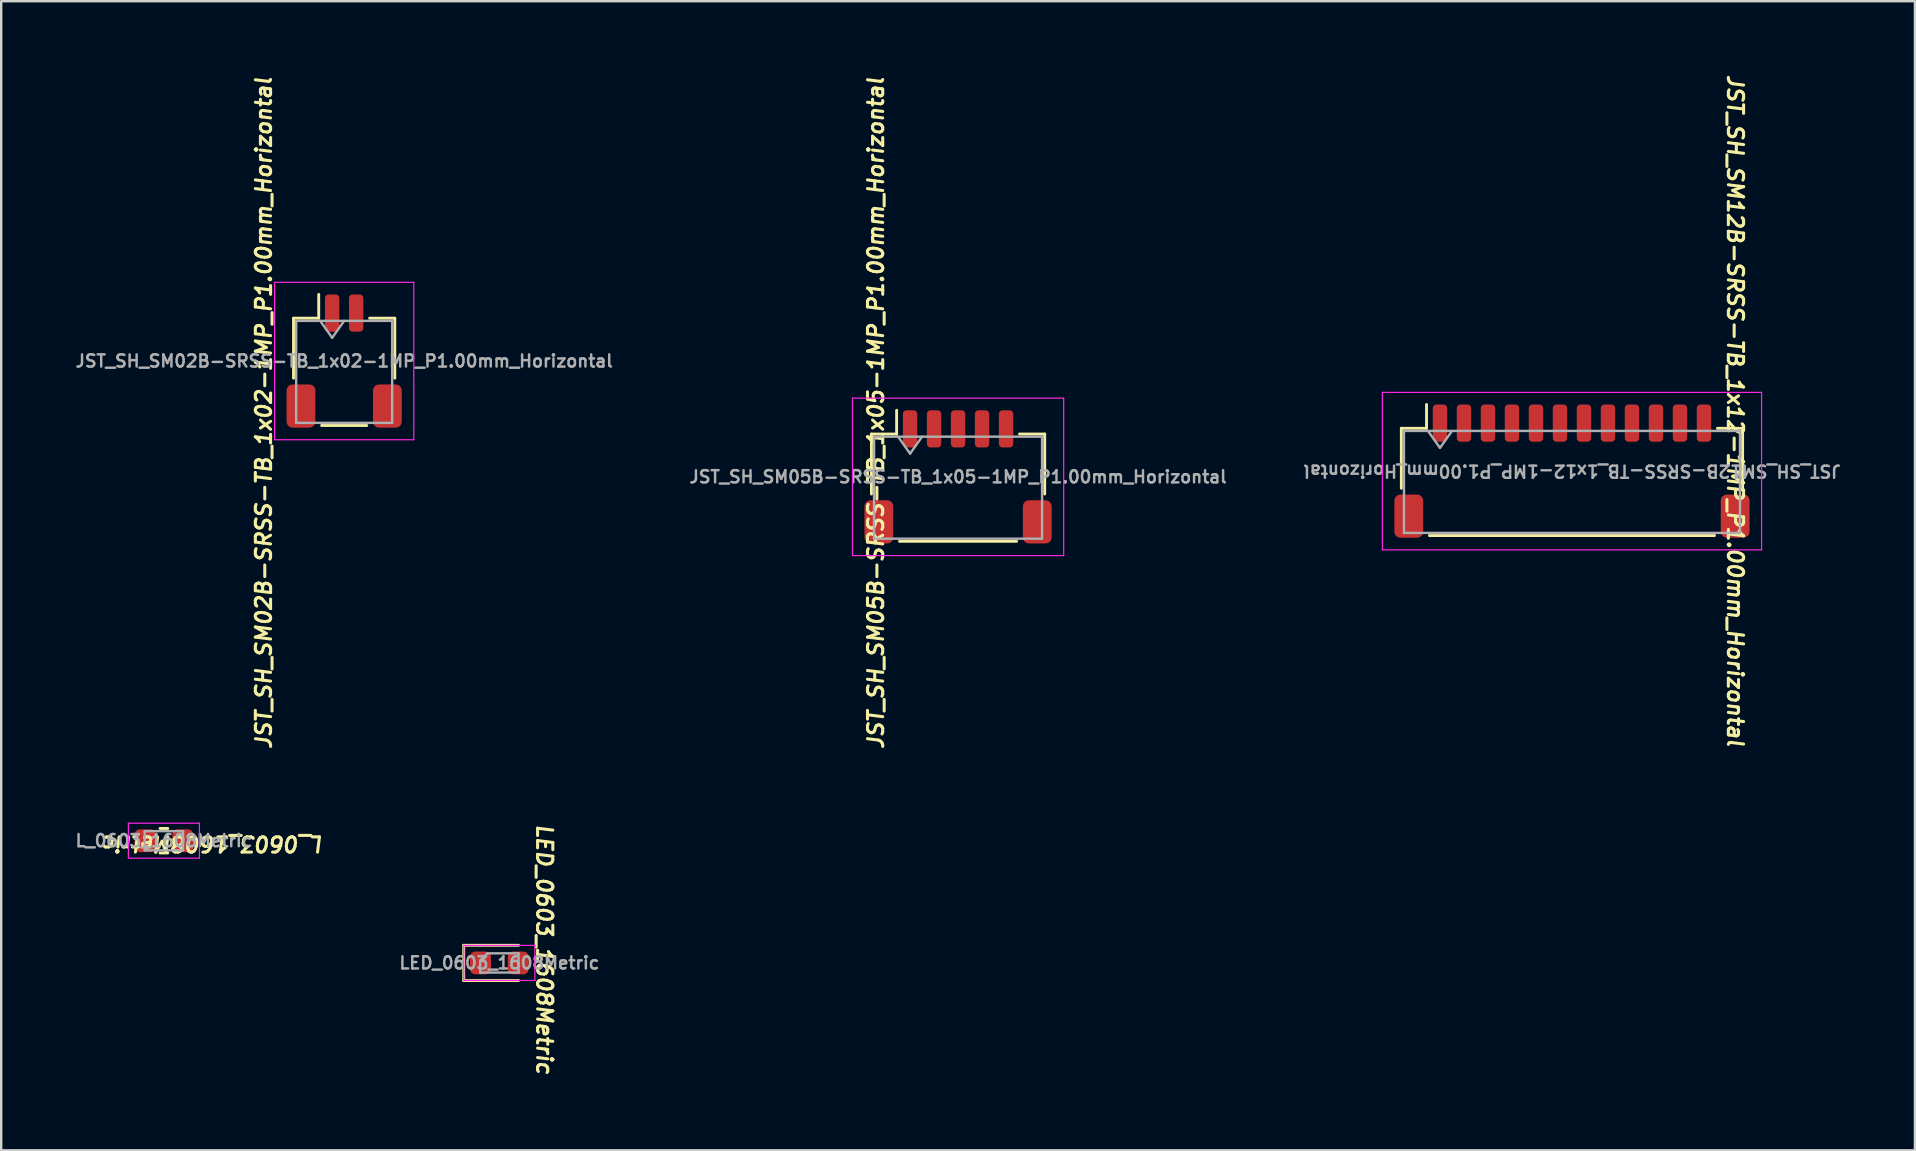
<source format=kicad_pcb>
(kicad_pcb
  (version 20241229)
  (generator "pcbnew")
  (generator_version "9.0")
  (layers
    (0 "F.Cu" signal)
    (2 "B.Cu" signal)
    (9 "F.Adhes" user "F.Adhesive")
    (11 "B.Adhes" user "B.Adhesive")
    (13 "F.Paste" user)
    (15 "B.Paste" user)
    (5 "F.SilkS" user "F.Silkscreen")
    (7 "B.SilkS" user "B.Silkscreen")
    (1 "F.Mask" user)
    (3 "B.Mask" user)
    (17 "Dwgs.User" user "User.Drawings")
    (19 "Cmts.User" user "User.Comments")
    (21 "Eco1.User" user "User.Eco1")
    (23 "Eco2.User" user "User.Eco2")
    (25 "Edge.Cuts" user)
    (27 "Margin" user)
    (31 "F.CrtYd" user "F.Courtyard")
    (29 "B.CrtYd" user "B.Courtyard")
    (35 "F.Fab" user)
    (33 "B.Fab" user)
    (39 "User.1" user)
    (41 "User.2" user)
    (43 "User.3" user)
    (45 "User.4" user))
  (footprint "JST_SH_SM02B-SRSS-TB_1x02-1MP_P1.00mm_Horizontal"
    (layer "F.Cu")
    (at 11.29 11.993)
    (property "Reference" "JST_SH_SM02B-SRSS-TB_1x02-1MP_P1.00mm_Horizontal" (at -3.353 2.159 90) (unlocked yes) (layer "F.SilkS") (effects (font (size 0.635 0.635) (thickness 0.127) (italic yes))))
    (attr smd)
    (fp_line (start -2.11 -1.785) (end -1.06 -1.785) (stroke (width 0.12) (type solid)) (layer "F.SilkS"))
    (fp_line (start -2.11 0.715) (end -2.11 -1.785) (stroke (width 0.12) (type solid)) (layer "F.SilkS"))
    (fp_line (start -1.06 -1.785) (end -1.06 -2.775) (stroke (width 0.12) (type solid)) (layer "F.SilkS"))
    (fp_line (start -0.94 2.685) (end 0.94 2.685) (stroke (width 0.12) (type solid)) (layer "F.SilkS"))
    (fp_line (start 2.11 -1.785) (end 1.06 -1.785) (stroke (width 0.12) (type solid)) (layer "F.SilkS"))
    (fp_line (start 2.11 0.715) (end 2.11 -1.785) (stroke (width 0.12) (type solid)) (layer "F.SilkS"))
    (fp_line (start -2.9 -3.28) (end -2.9 3.28) (stroke (width 0.05) (type solid)) (layer "F.CrtYd"))
    (fp_line (start -2.9 3.28) (end 2.9 3.28) (stroke (width 0.05) (type solid)) (layer "F.CrtYd"))
    (fp_line (start 2.9 -3.28) (end -2.9 -3.28) (stroke (width 0.05) (type solid)) (layer "F.CrtYd"))
    (fp_line (start 2.9 3.28) (end 2.9 -3.28) (stroke (width 0.05) (type solid)) (layer "F.CrtYd"))
    (fp_line (start -2 -1.675) (end -2 2.575) (stroke (width 0.1) (type solid)) (layer "F.Fab"))
    (fp_line (start -2 -1.675) (end 2 -1.675) (stroke (width 0.1) (type solid)) (layer "F.Fab"))
    (fp_line (start -2 2.575) (end 2 2.575) (stroke (width 0.1) (type solid)) (layer "F.Fab"))
    (fp_line (start -1 -1.675) (end -0.5 -0.968) (stroke (width 0.1) (type solid)) (layer "F.Fab"))
    (fp_line (start -0.5 -0.968) (end 0 -1.675) (stroke (width 0.1) (type solid)) (layer "F.Fab"))
    (fp_line (start 2 -1.675) (end 2 2.575) (stroke (width 0.1) (type solid)) (layer "F.Fab"))
    (fp_text user "${REFERENCE}" (at 0 0 0) (unlocked yes) (layer "F.Fab") (effects (font (size 0.508 0.508) (thickness 0.102))))
    (pad "1" smd roundrect (at -0.5 -2) (size 0.6 1.55) (layers "F.Cu" "F.Mask" "F.Paste") (roundrect_rratio 0.25))
    (pad "2" smd roundrect (at 0.5 -2) (size 0.6 1.55) (layers "F.Cu" "F.Mask" "F.Paste") (roundrect_rratio 0.25))
    (pad "MP" smd roundrect (at -1.8 1.875) (size 1.2 1.8) (layers "F.Cu" "F.Mask" "F.Paste") (roundrect_rratio 0.208))
    (pad "MP" smd roundrect (at 1.8 1.875) (size 1.2 1.8) (layers "F.Cu" "F.Mask" "F.Paste") (roundrect_rratio 0.208)))
  (footprint "L_0603_1608Metric"
    (layer "F.Cu")
    (at 3.779 31.979)
    (property "Reference" "L_0603_1608Metric" (at 2.032 0.127 180) (unlocked yes) (layer "F.SilkS") (effects (font (size 0.635 0.635) (thickness 0.127) (italic yes))))
    (attr smd)
    (fp_line (start -0.163 -0.51) (end 0.163 -0.51) (stroke (width 0.12) (type solid)) (layer "F.SilkS"))
    (fp_line (start -0.163 0.51) (end 0.163 0.51) (stroke (width 0.12) (type solid)) (layer "F.SilkS"))
    (fp_line (start -1.48 -0.73) (end 1.48 -0.73) (stroke (width 0.05) (type solid)) (layer "F.CrtYd"))
    (fp_line (start -1.48 0.73) (end -1.48 -0.73) (stroke (width 0.05) (type solid)) (layer "F.CrtYd"))
    (fp_line (start 1.48 -0.73) (end 1.48 0.73) (stroke (width 0.05) (type solid)) (layer "F.CrtYd"))
    (fp_line (start 1.48 0.73) (end -1.48 0.73) (stroke (width 0.05) (type solid)) (layer "F.CrtYd"))
    (fp_line (start -0.8 -0.4) (end 0.8 -0.4) (stroke (width 0.1) (type solid)) (layer "F.Fab"))
    (fp_line (start -0.8 0.4) (end -0.8 -0.4) (stroke (width 0.1) (type solid)) (layer "F.Fab"))
    (fp_line (start 0.8 -0.4) (end 0.8 0.4) (stroke (width 0.1) (type solid)) (layer "F.Fab"))
    (fp_line (start 0.8 0.4) (end -0.8 0.4) (stroke (width 0.1) (type solid)) (layer "F.Fab"))
    (fp_text user "${REFERENCE}" (at 0 0 0) (unlocked yes) (layer "F.Fab") (effects (font (size 0.508 0.508) (thickness 0.102))))
    (pad "1" smd roundrect (at -0.787 0) (size 0.875 0.95) (layers "F.Cu" "F.Mask" "F.Paste") (roundrect_rratio 0.25))
    (pad "2" smd roundrect (at 0.787 0) (size 0.875 0.95) (layers "F.Cu" "F.Mask" "F.Paste") (roundrect_rratio 0.25)))
  (footprint "LED_0603_1608Metric"
    (layer "F.Cu")
    (at 17.756 37.071)
    (property "Reference" "LED_0603_1608Metric" (at 1.88 -0.559 270) (unlocked yes) (layer "F.SilkS") (effects (font (size 0.635 0.635) (thickness 0.127) (italic yes))))
    (attr smd)
    (fp_line (start -1.485 -0.735) (end -1.485 0.735) (stroke (width 0.12) (type solid)) (layer "F.SilkS"))
    (fp_line (start -1.485 0.735) (end 0.8 0.735) (stroke (width 0.12) (type solid)) (layer "F.SilkS"))
    (fp_line (start 0.8 -0.735) (end -1.485 -0.735) (stroke (width 0.12) (type solid)) (layer "F.SilkS"))
    (fp_line (start -1.48 -0.73) (end 1.48 -0.73) (stroke (width 0.05) (type solid)) (layer "F.CrtYd"))
    (fp_line (start -1.48 0.73) (end -1.48 -0.73) (stroke (width 0.05) (type solid)) (layer "F.CrtYd"))
    (fp_line (start 1.48 -0.73) (end 1.48 0.73) (stroke (width 0.05) (type solid)) (layer "F.CrtYd"))
    (fp_line (start 1.48 0.73) (end -1.48 0.73) (stroke (width 0.05) (type solid)) (layer "F.CrtYd"))
    (fp_line (start -0.8 -0.1) (end -0.8 0.4) (stroke (width 0.1) (type solid)) (layer "F.Fab"))
    (fp_line (start -0.8 0.4) (end 0.8 0.4) (stroke (width 0.1) (type solid)) (layer "F.Fab"))
    (fp_line (start -0.5 -0.4) (end -0.8 -0.1) (stroke (width 0.1) (type solid)) (layer "F.Fab"))
    (fp_line (start 0.8 -0.4) (end -0.5 -0.4) (stroke (width 0.1) (type solid)) (layer "F.Fab"))
    (fp_line (start 0.8 0.4) (end 0.8 -0.4) (stroke (width 0.1) (type solid)) (layer "F.Fab"))
    (fp_text user "${REFERENCE}" (at 0 0 0) (unlocked yes) (layer "F.Fab") (effects (font (size 0.508 0.508) (thickness 0.102))))
    (pad "1" smd roundrect (at -0.787 0) (size 0.875 0.95) (layers "F.Cu" "F.Mask" "F.Paste") (roundrect_rratio 0.25))
    (pad "2" smd roundrect (at 0.787 0) (size 0.875 0.95) (layers "F.Cu" "F.Mask" "F.Paste") (roundrect_rratio 0.25)))
  (footprint "JST_SH_SM05B-SRSS-TB_1x05-1MP_P1.00mm_Horizontal"
    (layer "F.Cu")
    (at 36.869 16.819)
    (property "Reference" "JST_SH_SM05B-SRSS-TB_1x05-1MP_P1.00mm_Horizontal" (at -3.427 -2.667 90) (unlocked yes) (layer "F.SilkS") (effects (font (size 0.635 0.635) (thickness 0.127) (italic yes))))
    (attr smd)
    (fp_line (start -3.61 -1.785) (end -2.56 -1.785) (stroke (width 0.12) (type solid)) (layer "F.SilkS"))
    (fp_line (start -3.61 0.715) (end -3.61 -1.785) (stroke (width 0.12) (type solid)) (layer "F.SilkS"))
    (fp_line (start -2.56 -1.785) (end -2.56 -2.775) (stroke (width 0.12) (type solid)) (layer "F.SilkS"))
    (fp_line (start -2.44 2.685) (end 2.44 2.685) (stroke (width 0.12) (type solid)) (layer "F.SilkS"))
    (fp_line (start 3.61 -1.785) (end 2.56 -1.785) (stroke (width 0.12) (type solid)) (layer "F.SilkS"))
    (fp_line (start 3.61 0.715) (end 3.61 -1.785) (stroke (width 0.12) (type solid)) (layer "F.SilkS"))
    (fp_line (start -4.4 -3.28) (end -4.4 3.28) (stroke (width 0.05) (type solid)) (layer "F.CrtYd"))
    (fp_line (start -4.4 3.28) (end 4.4 3.28) (stroke (width 0.05) (type solid)) (layer "F.CrtYd"))
    (fp_line (start 4.4 -3.28) (end -4.4 -3.28) (stroke (width 0.05) (type solid)) (layer "F.CrtYd"))
    (fp_line (start 4.4 3.28) (end 4.4 -3.28) (stroke (width 0.05) (type solid)) (layer "F.CrtYd"))
    (fp_line (start -3.5 -1.675) (end -3.5 2.575) (stroke (width 0.1) (type solid)) (layer "F.Fab"))
    (fp_line (start -3.5 -1.675) (end 3.5 -1.675) (stroke (width 0.1) (type solid)) (layer "F.Fab"))
    (fp_line (start -3.5 2.575) (end 3.5 2.575) (stroke (width 0.1) (type solid)) (layer "F.Fab"))
    (fp_line (start -2.5 -1.675) (end -2 -0.968) (stroke (width 0.1) (type solid)) (layer "F.Fab"))
    (fp_line (start -2 -0.968) (end -1.5 -1.675) (stroke (width 0.1) (type solid)) (layer "F.Fab"))
    (fp_line (start 3.5 -1.675) (end 3.5 2.575) (stroke (width 0.1) (type solid)) (layer "F.Fab"))
    (fp_text user "${REFERENCE}" (at 0 0 0) (unlocked yes) (layer "F.Fab") (effects (font (size 0.508 0.508) (thickness 0.102))))
    (pad "1" smd roundrect (at -2 -2) (size 0.6 1.55) (layers "F.Cu" "F.Mask" "F.Paste") (roundrect_rratio 0.25))
    (pad "2" smd roundrect (at -1 -2) (size 0.6 1.55) (layers "F.Cu" "F.Mask" "F.Paste") (roundrect_rratio 0.25))
    (pad "3" smd roundrect (at 0 -2) (size 0.6 1.55) (layers "F.Cu" "F.Mask" "F.Paste") (roundrect_rratio 0.25))
    (pad "4" smd roundrect (at 1 -2) (size 0.6 1.55) (layers "F.Cu" "F.Mask" "F.Paste") (roundrect_rratio 0.25))
    (pad "5" smd roundrect (at 2 -2) (size 0.6 1.55) (layers "F.Cu" "F.Mask" "F.Paste") (roundrect_rratio 0.25))
    (pad "MP" smd roundrect (at -3.3 1.875) (size 1.2 1.8) (layers "F.Cu" "F.Mask" "F.Paste") (roundrect_rratio 0.208))
    (pad "MP" smd roundrect (at 3.3 1.875) (size 1.2 1.8) (layers "F.Cu" "F.Mask" "F.Paste") (roundrect_rratio 0.208)))
  (footprint "JST_SH_SM12B-SRSS-TB_1x12-1MP_P1.00mm_Horizontal"
    (layer "F.Cu")
    (at 62.448 16.58)
    (property "Reference" "JST_SH_SM12B-SRSS-TB_1x12-1MP_P1.00mm_Horizontal" (at 6.803 -2.508 270) (unlocked yes) (layer "F.SilkS") (effects (font (size 0.635 0.635) (thickness 0.127) (italic yes))))
    (attr smd)
    (fp_line (start -7.11 -1.785) (end -6.06 -1.785) (stroke (width 0.12) (type solid)) (layer "F.SilkS"))
    (fp_line (start -7.11 0.715) (end -7.11 -1.785) (stroke (width 0.12) (type solid)) (layer "F.SilkS"))
    (fp_line (start -6.06 -1.785) (end -6.06 -2.775) (stroke (width 0.12) (type solid)) (layer "F.SilkS"))
    (fp_line (start -5.94 2.685) (end 5.94 2.685) (stroke (width 0.12) (type solid)) (layer "F.SilkS"))
    (fp_line (start 7.11 -1.785) (end 6.06 -1.785) (stroke (width 0.12) (type solid)) (layer "F.SilkS"))
    (fp_line (start 7.11 0.715) (end 7.11 -1.785) (stroke (width 0.12) (type solid)) (layer "F.SilkS"))
    (fp_line (start -7.9 -3.28) (end -7.9 3.28) (stroke (width 0.05) (type solid)) (layer "F.CrtYd"))
    (fp_line (start -7.9 3.28) (end 7.9 3.28) (stroke (width 0.05) (type solid)) (layer "F.CrtYd"))
    (fp_line (start 7.9 -3.28) (end -7.9 -3.28) (stroke (width 0.05) (type solid)) (layer "F.CrtYd"))
    (fp_line (start 7.9 3.28) (end 7.9 -3.28) (stroke (width 0.05) (type solid)) (layer "F.CrtYd"))
    (fp_line (start -7 -1.675) (end -7 2.575) (stroke (width 0.1) (type solid)) (layer "F.Fab"))
    (fp_line (start -7 -1.675) (end 7 -1.675) (stroke (width 0.1) (type solid)) (layer "F.Fab"))
    (fp_line (start -7 2.575) (end 7 2.575) (stroke (width 0.1) (type solid)) (layer "F.Fab"))
    (fp_line (start -6 -1.675) (end -5.5 -0.968) (stroke (width 0.1) (type solid)) (layer "F.Fab"))
    (fp_line (start -5.5 -0.968) (end -5 -1.675) (stroke (width 0.1) (type solid)) (layer "F.Fab"))
    (fp_line (start 7 -1.675) (end 7 2.575) (stroke (width 0.1) (type solid)) (layer "F.Fab"))
    (fp_text user "${REFERENCE}" (at 0 0 180) (unlocked yes) (layer "F.Fab") (effects (font (size 0.508 0.508) (thickness 0.102))))
    (pad "1" smd roundrect (at -5.5 -2) (size 0.6 1.55) (layers "F.Cu" "F.Mask" "F.Paste") (roundrect_rratio 0.25))
    (pad "2" smd roundrect (at -4.5 -2) (size 0.6 1.55) (layers "F.Cu" "F.Mask" "F.Paste") (roundrect_rratio 0.25))
    (pad "3" smd roundrect (at -3.5 -2) (size 0.6 1.55) (layers "F.Cu" "F.Mask" "F.Paste") (roundrect_rratio 0.25))
    (pad "4" smd roundrect (at -2.5 -2) (size 0.6 1.55) (layers "F.Cu" "F.Mask" "F.Paste") (roundrect_rratio 0.25))
    (pad "5" smd roundrect (at -1.5 -2) (size 0.6 1.55) (layers "F.Cu" "F.Mask" "F.Paste") (roundrect_rratio 0.25))
    (pad "6" smd roundrect (at -0.5 -2) (size 0.6 1.55) (layers "F.Cu" "F.Mask" "F.Paste") (roundrect_rratio 0.25))
    (pad "7" smd roundrect (at 0.5 -2) (size 0.6 1.55) (layers "F.Cu" "F.Mask" "F.Paste") (roundrect_rratio 0.25))
    (pad "8" smd roundrect (at 1.5 -2) (size 0.6 1.55) (layers "F.Cu" "F.Mask" "F.Paste") (roundrect_rratio 0.25))
    (pad "9" smd roundrect (at 2.5 -2) (size 0.6 1.55) (layers "F.Cu" "F.Mask" "F.Paste") (roundrect_rratio 0.25))
    (pad "10" smd roundrect (at 3.5 -2) (size 0.6 1.55) (layers "F.Cu" "F.Mask" "F.Paste") (roundrect_rratio 0.25))
    (pad "11" smd roundrect (at 4.5 -2) (size 0.6 1.55) (layers "F.Cu" "F.Mask" "F.Paste") (roundrect_rratio 0.25))
    (pad "12" smd roundrect (at 5.5 -2) (size 0.6 1.55) (layers "F.Cu" "F.Mask" "F.Paste") (roundrect_rratio 0.25))
    (pad "MP" smd roundrect (at -6.8 1.875) (size 1.2 1.8) (layers "F.Cu" "F.Mask" "F.Paste") (roundrect_rratio 0.208))
    (pad "MP" smd roundrect (at 6.8 1.875) (size 1.2 1.8) (layers "F.Cu" "F.Mask" "F.Paste") (roundrect_rratio 0.208)))
  (gr_rect
    (start -3 -3)
    (end 76.738 44.88)
    (stroke (width 0.1) (type default))
    (fill no)
    (layer "Edge.Cuts")))
</source>
